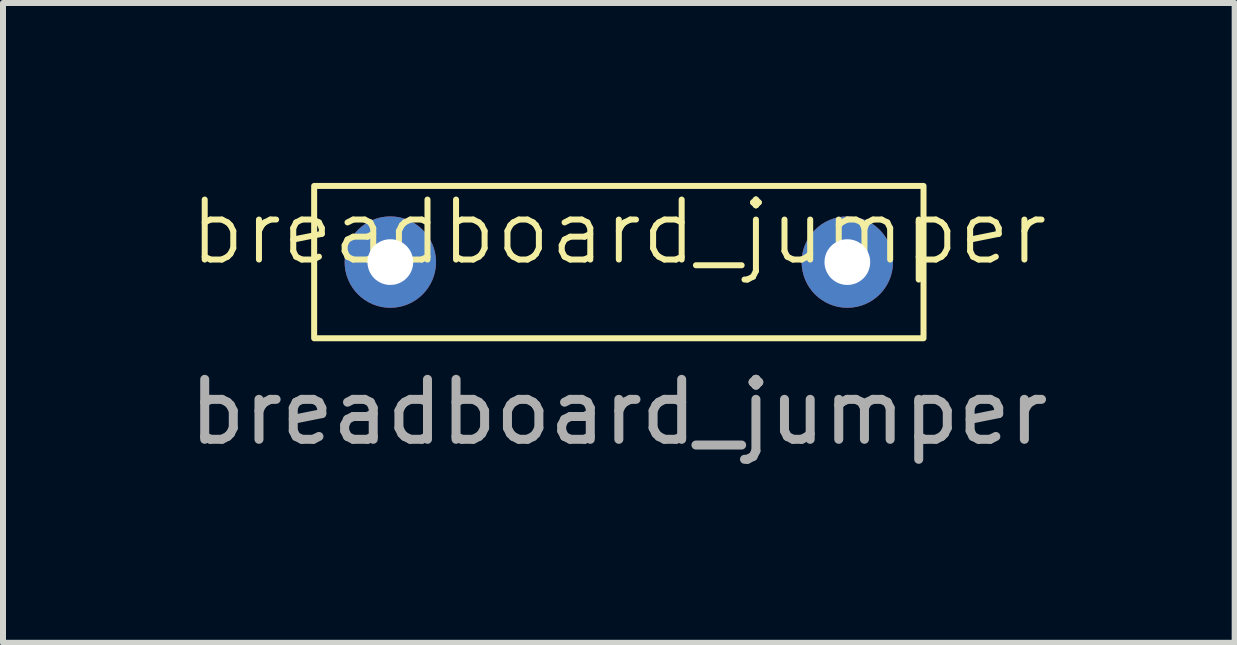
<source format=kicad_pcb>
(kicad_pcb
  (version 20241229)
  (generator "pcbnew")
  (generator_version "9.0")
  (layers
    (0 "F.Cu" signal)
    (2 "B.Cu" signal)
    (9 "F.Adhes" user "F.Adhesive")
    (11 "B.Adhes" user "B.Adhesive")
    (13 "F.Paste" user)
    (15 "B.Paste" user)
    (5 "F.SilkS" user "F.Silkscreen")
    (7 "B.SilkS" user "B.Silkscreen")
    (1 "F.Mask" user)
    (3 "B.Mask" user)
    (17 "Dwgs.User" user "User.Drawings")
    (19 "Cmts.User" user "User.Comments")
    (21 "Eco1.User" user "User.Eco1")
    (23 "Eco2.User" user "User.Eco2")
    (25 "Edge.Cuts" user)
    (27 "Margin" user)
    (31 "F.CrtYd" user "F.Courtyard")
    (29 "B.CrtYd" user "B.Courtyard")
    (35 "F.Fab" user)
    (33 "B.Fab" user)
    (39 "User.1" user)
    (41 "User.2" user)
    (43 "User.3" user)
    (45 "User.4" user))
  (footprint "breadboard_jumper"
    (layer "F.Cu")
    (at 7.268 1.32)
    (property "Reference" "breadboard_jumper" (at 0 -0.5 0) (unlocked yes) (layer "F.SilkS") (effects (font (size 1 1) (thickness 0.1))))
    (attr through_hole)
    (fp_rect (start -5.08 -1.27) (end 5.08 1.27) (stroke (width 0.1) (type default)) (fill no) (layer "F.SilkS"))
    (fp_text user "${REFERENCE}" (at 0 2.5 0) (unlocked yes) (layer "F.Fab") (effects (font (size 1 1) (thickness 0.15))))
    (pad "1" thru_hole circle (at -3.81 0) (size 1.524 1.524) (drill 0.762) (layers "*.Cu" "*.Mask"))
    (pad "2" thru_hole circle (at 3.81 0) (size 1.524 1.524) (drill 0.762) (layers "*.Cu" "*.Mask")))
  (gr_rect
    (start -3 -3)
    (end 17.536 7.668)
    (stroke (width 0.1) (type default))
    (fill no)
    (layer "Edge.Cuts")))
</source>
